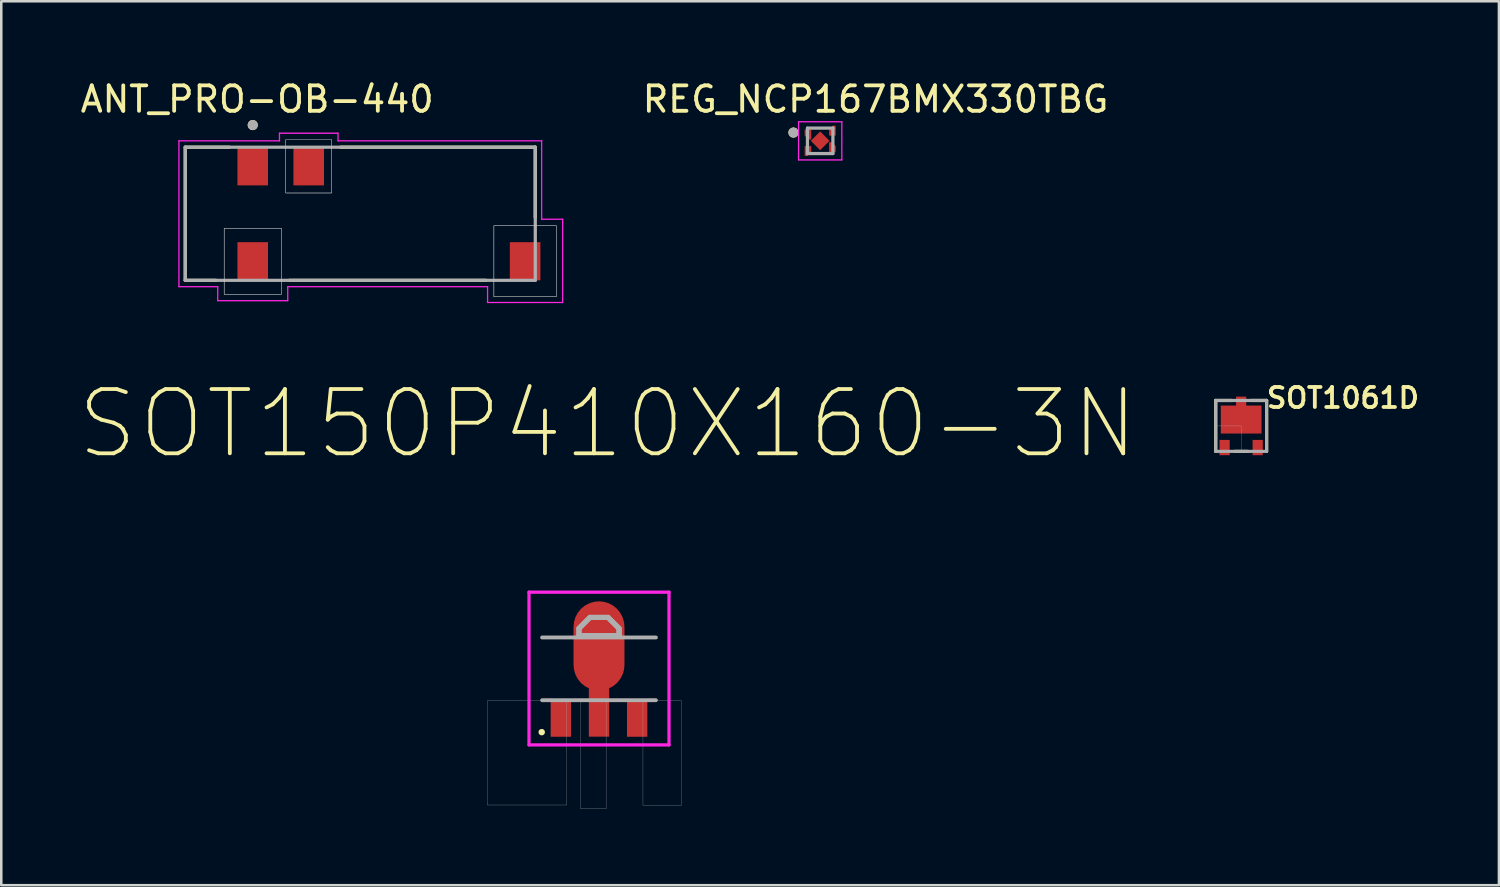
<source format=kicad_pcb>
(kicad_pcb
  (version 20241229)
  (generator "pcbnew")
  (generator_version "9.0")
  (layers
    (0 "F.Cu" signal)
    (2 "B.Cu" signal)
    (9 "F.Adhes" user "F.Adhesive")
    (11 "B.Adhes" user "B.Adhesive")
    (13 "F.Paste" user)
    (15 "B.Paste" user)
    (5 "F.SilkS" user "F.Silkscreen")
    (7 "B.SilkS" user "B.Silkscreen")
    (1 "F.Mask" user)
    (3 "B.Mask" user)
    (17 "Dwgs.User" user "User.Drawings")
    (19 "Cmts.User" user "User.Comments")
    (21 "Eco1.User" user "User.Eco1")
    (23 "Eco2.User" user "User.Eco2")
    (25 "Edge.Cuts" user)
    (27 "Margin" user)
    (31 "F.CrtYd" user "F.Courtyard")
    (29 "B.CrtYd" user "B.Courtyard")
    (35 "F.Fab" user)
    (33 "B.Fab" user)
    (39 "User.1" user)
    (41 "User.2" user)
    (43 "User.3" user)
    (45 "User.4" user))
  (footprint "SOT150P410X160-3N"
    (layer "F.Cu")
    (at 20.482 23.213)
    (property "Reference" "SOT150P410X160-3N" (at 0.341 -9.615 0) (layer "F.SilkS") (effects (font (size 2.524 2.524) (thickness 0.15))))
    (attr through_hole)
    (fp_circle (center -2.25 2.5) (end -2.123 2.5) (stroke (width 0) (type solid)) (fill yes) (layer "F.SilkS"))
    (fp_line (start -2.75 -3) (end 2.75 -3) (stroke (width 0.127) (type solid)) (layer "F.CrtYd"))
    (fp_line (start -2.75 3) (end -2.75 -3) (stroke (width 0.127) (type solid)) (layer "F.CrtYd"))
    (fp_line (start 2.75 -3) (end 2.75 3) (stroke (width 0.127) (type solid)) (layer "F.CrtYd"))
    (fp_line (start 2.75 3) (end -2.75 3) (stroke (width 0.127) (type solid)) (layer "F.CrtYd"))
    (fp_line (start -2.235 -1.219) (end 2.235 -1.219) (stroke (width 0.152) (type solid)) (layer "F.Fab"))
    (fp_line (start -0.787 -1.575) (end -0.356 -2.007) (stroke (width 0.203) (type solid)) (layer "F.Fab"))
    (fp_line (start -0.787 -1.295) (end -0.787 -1.575) (stroke (width 0.203) (type solid)) (layer "F.Fab"))
    (fp_line (start -0.356 -2.007) (end 0.356 -2.007) (stroke (width 0.203) (type solid)) (layer "F.Fab"))
    (fp_line (start 0.356 -2.007) (end 0.787 -1.575) (stroke (width 0.203) (type solid)) (layer "F.Fab"))
    (fp_line (start 0.787 -1.575) (end 0.787 -1.295) (stroke (width 0.203) (type solid)) (layer "F.Fab"))
    (fp_line (start 0.787 -1.295) (end -0.787 -1.295) (stroke (width 0.203) (type solid)) (layer "F.Fab"))
    (fp_line (start 2.235 1.245) (end -2.235 1.245) (stroke (width 0.152) (type solid)) (layer "F.Fab"))
    (fp_poly (pts (xy -4.392 1.27) (xy -1.27 1.27) (xy -1.27 5.361) (xy -4.392 5.361)) (stroke (width 0.01) (type solid)) (fill no) (layer "F.Fab"))
    (fp_poly (pts (xy -0.73 1.27) (xy 0.279 1.27) (xy 0.279 5.508) (xy -0.73 5.508)) (stroke (width 0.01) (type solid)) (fill no) (layer "F.Fab"))
    (fp_poly (pts (xy 3.237 1.27) (xy 1.727 1.27) (xy 1.727 5.374) (xy 3.237 5.374)) (stroke (width 0.01) (type solid)) (fill no) (layer "F.Fab"))
    (fp_poly (pts (xy -0.787 -1.321) (xy -0.787 -1.575) (xy -0.356 -2.007) (xy 0.305 -2.007) (xy 0.356 -2.007) (xy 0.787 -1.575) (xy 0.787 -1.295) (xy -0.787 -1.295)) (stroke (width 0.2) (type solid)) (fill no) (layer "F.Fab"))
    (pad "1" smd rect (at -1.499 1.981) (size 0.8 1.4) (layers "F.Cu" "F.Mask" "F.Paste"))
    (pad "2" smd rect (at 0 1.727) (size 0.8 1.9) (layers "F.Cu" "F.Mask" "F.Paste"))
    (pad "3" smd rect (at 1.499 1.981) (size 0.8 1.4) (layers "F.Cu" "F.Mask" "F.Paste"))
    (pad "4" smd roundrect (at 0 -0.889) (size 2 3.5) (layers "F.Cu" "F.Mask") (roundrect_rratio 0.5)))
  (footprint "SOT1061D"
    (layer "F.Cu")
    (at 45.709 13.682)
    (property "Reference" "SOT1061D" (at 4 -1.1 0) (layer "F.SilkS") (effects (font (size 0.787 0.787) (thickness 0.15))))
    (attr through_hole)
    (fp_poly (pts (xy 0.8 0.3) (xy -0.8 0.3) (xy -0.8 -0.8) (xy -0.2 -0.8) (xy -0.2 -1.15) (xy 0.2 -1.15) (xy 0.2 -0.8) (xy 0.8 -0.8)) (stroke (width 0) (type solid)) (fill yes) (layer "F.Cu"))
    (fp_poly (pts (xy -0.9 0.5) (xy -0.4 0.5) (xy -0.4 1.2) (xy -0.9 1.2)) (stroke (width 0.01) (type solid)) (fill yes) (layer "F.Mask"))
    (fp_poly (pts (xy 0.4 0.5) (xy 0.9 0.5) (xy 0.9 1.2) (xy 0.4 1.2)) (stroke (width 0.01) (type solid)) (fill yes) (layer "F.Mask"))
    (fp_poly (pts (xy 0.85 0.35) (xy -0.85 0.35) (xy -0.85 -0.85) (xy -0.25 -0.85) (xy -0.25 -1.2) (xy 0.25 -1.2) (xy 0.25 -0.85) (xy 0.85 -0.85)) (stroke (width 0) (type solid)) (fill yes) (layer "F.Mask"))
    (fp_line (start -1 -1) (end -1 1) (stroke (width 0.125) (type solid)) (layer "F.SilkS"))
    (fp_line (start -0.375 -1) (end -1 -1) (stroke (width 0.125) (type solid)) (layer "F.SilkS"))
    (fp_line (start 0.25 1) (end -0.25 1) (stroke (width 0.125) (type solid)) (layer "F.SilkS"))
    (fp_line (start 1 -1) (end 0.375 -1) (stroke (width 0.125) (type solid)) (layer "F.SilkS"))
    (fp_line (start 1 1) (end 1 -1) (stroke (width 0.125) (type solid)) (layer "F.SilkS"))
    (fp_poly (pts (xy -0.8 0.6) (xy -0.5 0.6) (xy -0.5 1.1) (xy -0.8 1.1)) (stroke (width 0.01) (type solid)) (fill yes) (layer "F.Paste"))
    (fp_poly (pts (xy 0.5 0.6) (xy 0.8 0.6) (xy 0.8 1.1) (xy 0.5 1.1)) (stroke (width 0.01) (type solid)) (fill yes) (layer "F.Paste"))
    (fp_poly (pts (xy 0.75 0.25) (xy -0.75 0.25) (xy -0.75 -0.75) (xy -0.15 -0.75) (xy -0.15 -1.1) (xy 0.15 -1.1) (xy 0.15 -0.75) (xy 0.75 -0.75)) (stroke (width 0) (type solid)) (fill yes) (layer "F.Paste"))
    (fp_line (start -1 -1) (end 1 -1) (stroke (width 0.125) (type solid)) (layer "F.Fab"))
    (fp_line (start -1 1) (end -1 -1) (stroke (width 0.125) (type solid)) (layer "F.Fab"))
    (fp_line (start 1 -1) (end 1 1) (stroke (width 0.125) (type solid)) (layer "F.Fab"))
    (fp_line (start 1 1) (end -1 1) (stroke (width 0.125) (type solid)) (layer "F.Fab"))
    (fp_poly (pts (xy -1 0) (xy 0 0) (xy 0 1) (xy -1 1)) (stroke (width 0.01) (type solid)) (fill no) (layer "F.Fab"))
    (pad "1" smd rect (at -0.65 0.85 180) (size 0.4 0.6) (layers "F.Cu"))
    (pad "2" smd rect (at 0.65 0.85 180) (size 0.4 0.6) (layers "F.Cu"))
    (pad "3" smd rect (at 0 -0.975 180) (size 0.001 0.001) (layers "F.Cu")))
  (footprint "REG_NCP167BMX330TBG"
    (layer "F.Cu")
    (at 29.171 2.483)
    (property "Reference" "REG_NCP167BMX330TBG" (at 2.175 -1.635 0) (layer "F.SilkS") (effects (font (size 1 1) (thickness 0.15))))
    (attr through_hole)
    (fp_poly (pts (xy 0 -0.4) (xy 0.4 0) (xy 0 0.4) (xy -0.4 0)) (stroke (width 0.001) (type solid)) (fill yes) (layer "F.Mask"))
    (fp_poly (pts (xy -0.65 -0.505) (xy -0.16 -0.505) (xy -0.16 -0.345) (xy -0.36 -0.145) (xy -0.65 -0.145)) (stroke (width 0.0001) (type solid)) (fill yes) (layer "F.Mask"))
    (fp_poly (pts (xy -0.65 0.505) (xy -0.16 0.505) (xy -0.16 0.345) (xy -0.36 0.145) (xy -0.65 0.145)) (stroke (width 0.0001) (type solid)) (fill yes) (layer "F.Mask"))
    (fp_poly (pts (xy 0.65 -0.505) (xy 0.16 -0.505) (xy 0.16 -0.345) (xy 0.36 -0.145) (xy 0.65 -0.145)) (stroke (width 0.0001) (type solid)) (fill yes) (layer "F.Mask"))
    (fp_poly (pts (xy 0.65 0.505) (xy 0.16 0.505) (xy 0.16 0.345) (xy 0.36 0.145) (xy 0.65 0.145)) (stroke (width 0.0001) (type solid)) (fill yes) (layer "F.Mask"))
    (fp_circle (center -1.05 -0.325) (end -0.95 -0.325) (stroke (width 0.2) (type solid)) (fill no) (layer "F.SilkS"))
    (fp_poly (pts (xy -0.164 -0.164) (xy 0.164 -0.164) (xy 0.164 0.164) (xy -0.164 0.164)) (stroke (width 0.01) (type solid)) (fill yes) (layer "F.Paste"))
    (fp_poly (pts (xy -0.6 -0.455) (xy -0.21 -0.455) (xy -0.21 -0.345) (xy -0.36 -0.195) (xy -0.6 -0.195)) (stroke (width 0.0001) (type solid)) (fill yes) (layer "F.Paste"))
    (fp_poly (pts (xy -0.6 0.455) (xy -0.21 0.455) (xy -0.21 0.345) (xy -0.36 0.195) (xy -0.6 0.195)) (stroke (width 0.0001) (type solid)) (fill yes) (layer "F.Paste"))
    (fp_poly (pts (xy 0.6 -0.455) (xy 0.21 -0.455) (xy 0.21 -0.345) (xy 0.36 -0.195) (xy 0.6 -0.195)) (stroke (width 0.0001) (type solid)) (fill yes) (layer "F.Paste"))
    (fp_poly (pts (xy 0.6 0.455) (xy 0.21 0.455) (xy 0.21 0.345) (xy 0.36 0.195) (xy 0.6 0.195)) (stroke (width 0.0001) (type solid)) (fill yes) (layer "F.Paste"))
    (fp_line (start -0.85 -0.75) (end 0.85 -0.75) (stroke (width 0.05) (type solid)) (layer "F.CrtYd"))
    (fp_line (start -0.85 0.75) (end -0.85 -0.75) (stroke (width 0.05) (type solid)) (layer "F.CrtYd"))
    (fp_line (start 0.85 -0.75) (end 0.85 0.75) (stroke (width 0.05) (type solid)) (layer "F.CrtYd"))
    (fp_line (start 0.85 0.75) (end -0.85 0.75) (stroke (width 0.05) (type solid)) (layer "F.CrtYd"))
    (fp_line (start -0.5 -0.5) (end 0.5 -0.5) (stroke (width 0.127) (type solid)) (layer "F.Fab"))
    (fp_line (start -0.5 0.5) (end -0.5 -0.5) (stroke (width 0.127) (type solid)) (layer "F.Fab"))
    (fp_line (start 0.5 -0.5) (end 0.5 0.5) (stroke (width 0.127) (type solid)) (layer "F.Fab"))
    (fp_line (start 0.5 0.5) (end -0.5 0.5) (stroke (width 0.127) (type solid)) (layer "F.Fab"))
    (fp_circle (center -1.05 -0.325) (end -0.95 -0.325) (stroke (width 0.2) (type solid)) (fill no) (layer "F.Fab"))
    (pad "1" smd custom (at -0.48 -0.325 270) (size 0.1 0.1) (layers "F.Cu") (options (anchor rect)) (primitives (gr_poly (pts (xy 0.27 -0.13) (xy -0.12 -0.13) (xy -0.12 0.13) (xy 0.12 0.13) (xy 0.27 -0.02)) (width 0.0001) (fill yes))))
    (pad "2" smd custom (at -0.48 0.325 270) (size 0.1 0.1) (layers "F.Cu") (options (anchor rect)) (primitives (gr_poly (pts (xy 0.27 0.13) (xy -0.12 0.13) (xy -0.12 -0.13) (xy 0.06 -0.13) (xy 0.12 -0.13) (xy 0.27 0.02)) (width 0.0001) (fill yes))))
    (pad "3" smd custom (at 0.48 0.325 270) (size 0.1 0.1) (layers "F.Cu") (options (anchor rect)) (primitives (gr_poly (pts (xy -0.27 0.13) (xy 0.12 0.13) (xy 0.12 -0.13) (xy -0.12 -0.13) (xy -0.27 0.02)) (width 0.0001) (fill yes))))
    (pad "4" smd custom (at 0.48 -0.325 270) (size 0.1 0.1) (layers "F.Cu") (options (anchor rect)) (primitives (gr_poly (pts (xy -0.27 -0.13) (xy 0.12 -0.13) (xy 0.12 0.13) (xy -0.06 0.13) (xy -0.12 0.13) (xy -0.27 -0.02)) (width 0.0001) (fill yes))))
    (pad "5" smd rect (at 0 0 315) (size 0.52 0.52) (layers "F.Cu")))
  (footprint "ANT_PRO-OB-440"
    (layer "F.Cu")
    (at 6.879 3.483)
    (property "Reference" "ANT_PRO-OB-440" (at 0.175 -2.635 0) (layer "F.SilkS") (effects (font (size 1 1) (thickness 0.15))))
    (attr through_hole)
    (fp_line (start -2.65 -0.75) (end -2.65 4.48) (stroke (width 0.127) (type solid)) (layer "F.SilkS"))
    (fp_line (start -2.65 -0.75) (end -0.92 -0.75) (stroke (width 0.127) (type solid)) (layer "F.SilkS"))
    (fp_line (start -2.65 4.48) (end -1.445 4.48) (stroke (width 0.127) (type solid)) (layer "F.SilkS"))
    (fp_line (start 1.445 4.48) (end 9.155 4.48) (stroke (width 0.127) (type solid)) (layer "F.SilkS"))
    (fp_line (start 3.45 -0.75) (end 11.1 -0.75) (stroke (width 0.127) (type solid)) (layer "F.SilkS"))
    (fp_line (start 11.1 -0.75) (end 11.1 2.01) (stroke (width 0.127) (type solid)) (layer "F.SilkS"))
    (fp_circle (center 0 -1.62) (end 0.1 -1.62) (stroke (width 0.2) (type solid)) (fill no) (layer "F.SilkS"))
    (fp_poly (pts (xy -1.125 2.43) (xy 1.125 2.43) (xy 1.125 5.03) (xy -1.125 5.03)) (stroke (width 0.01) (type solid)) (fill no) (layer "Dwgs.User"))
    (fp_poly (pts (xy -1.125 2.43) (xy 1.125 2.43) (xy 1.125 5.03) (xy -1.125 5.03)) (stroke (width 0.01) (type solid)) (fill no) (layer "Dwgs.User"))
    (fp_poly (pts (xy -1.125 2.43) (xy 1.125 2.43) (xy 1.125 5.03) (xy -1.125 5.03)) (stroke (width 0.01) (type solid)) (fill no) (layer "Dwgs.User"))
    (fp_poly (pts (xy 1.3 -1.05) (xy 3.1 -1.05) (xy 3.1 1.05) (xy 1.3 1.05)) (stroke (width 0.01) (type solid)) (fill no) (layer "Dwgs.User"))
    (fp_poly (pts (xy 1.3 -1.05) (xy 3.1 -1.05) (xy 3.1 1.05) (xy 1.3 1.05)) (stroke (width 0.01) (type solid)) (fill no) (layer "Dwgs.User"))
    (fp_poly (pts (xy 1.3 -1.05) (xy 3.1 -1.05) (xy 3.1 1.05) (xy 1.3 1.05)) (stroke (width 0.01) (type solid)) (fill no) (layer "Dwgs.User"))
    (fp_poly (pts (xy 9.475 2.33) (xy 11.925 2.33) (xy 11.925 5.13) (xy 9.475 5.13)) (stroke (width 0.01) (type solid)) (fill no) (layer "Dwgs.User"))
    (fp_poly (pts (xy 9.475 2.33) (xy 11.925 2.33) (xy 11.925 5.13) (xy 9.475 5.13)) (stroke (width 0.01) (type solid)) (fill no) (layer "Dwgs.User"))
    (fp_poly (pts (xy 9.475 2.33) (xy 11.925 2.33) (xy 11.925 5.13) (xy 9.475 5.13)) (stroke (width 0.01) (type solid)) (fill no) (layer "Dwgs.User"))
    (fp_line (start -2.9 -1) (end -2.9 4.73) (stroke (width 0.05) (type solid)) (layer "F.CrtYd"))
    (fp_line (start -2.9 -1) (end 1.05 -1) (stroke (width 0.05) (type solid)) (layer "F.CrtYd"))
    (fp_line (start -2.9 4.73) (end -1.375 4.73) (stroke (width 0.05) (type solid)) (layer "F.CrtYd"))
    (fp_line (start -1.375 4.73) (end -1.375 5.28) (stroke (width 0.05) (type solid)) (layer "F.CrtYd"))
    (fp_line (start -1.375 5.28) (end 1.375 5.28) (stroke (width 0.05) (type solid)) (layer "F.CrtYd"))
    (fp_line (start 1.05 -1.3) (end 3.35 -1.3) (stroke (width 0.05) (type solid)) (layer "F.CrtYd"))
    (fp_line (start 1.05 -1) (end 1.05 -1.3) (stroke (width 0.05) (type solid)) (layer "F.CrtYd"))
    (fp_line (start 1.375 5.28) (end 1.375 4.73) (stroke (width 0.05) (type solid)) (layer "F.CrtYd"))
    (fp_line (start 3.35 -1.3) (end 3.35 -1) (stroke (width 0.05) (type solid)) (layer "F.CrtYd"))
    (fp_line (start 3.35 -1) (end 11.35 -1) (stroke (width 0.05) (type solid)) (layer "F.CrtYd"))
    (fp_line (start 9.225 4.73) (end 1.375 4.73) (stroke (width 0.05) (type solid)) (layer "F.CrtYd"))
    (fp_line (start 9.225 4.73) (end 9.225 5.35) (stroke (width 0.05) (type solid)) (layer "F.CrtYd"))
    (fp_line (start 9.225 5.35) (end 12.175 5.35) (stroke (width 0.05) (type solid)) (layer "F.CrtYd"))
    (fp_line (start 11.35 -1) (end 11.35 2.08) (stroke (width 0.05) (type solid)) (layer "F.CrtYd"))
    (fp_line (start 11.35 2.08) (end 12.175 2.08) (stroke (width 0.05) (type solid)) (layer "F.CrtYd"))
    (fp_line (start 12.175 2.08) (end 12.175 5.35) (stroke (width 0.05) (type solid)) (layer "F.CrtYd"))
    (fp_line (start -2.65 -0.75) (end -2.65 4.48) (stroke (width 0.127) (type solid)) (layer "F.Fab"))
    (fp_line (start -2.65 4.48) (end 11.1 4.48) (stroke (width 0.127) (type solid)) (layer "F.Fab"))
    (fp_line (start 11.1 -0.75) (end -2.65 -0.75) (stroke (width 0.127) (type solid)) (layer "F.Fab"))
    (fp_line (start 11.1 4.48) (end 11.1 -0.75) (stroke (width 0.127) (type solid)) (layer "F.Fab"))
    (fp_circle (center 0 -1.62) (end 0.1 -1.62) (stroke (width 0.2) (type solid)) (fill no) (layer "F.Fab"))
    (pad "1" smd rect (at 0 0 90) (size 1.5 1.2) (layers "F.Cu" "F.Mask" "F.Paste"))
    (pad "2" smd rect (at 2.2 0 90) (size 1.5 1.2) (layers "F.Cu" "F.Mask" "F.Paste"))
    (pad "3" smd rect (at 0 3.73 90) (size 1.5 1.2) (layers "F.Cu" "F.Mask" "F.Paste"))
    (pad "4" smd rect (at 10.7 3.73 90) (size 1.5 1.2) (layers "F.Cu" "F.Mask" "F.Paste")))
  (gr_rect
    (start -3 -3)
    (end 55.836 31.726)
    (stroke (width 0.1) (type default))
    (fill no)
    (layer "Edge.Cuts")))
</source>
